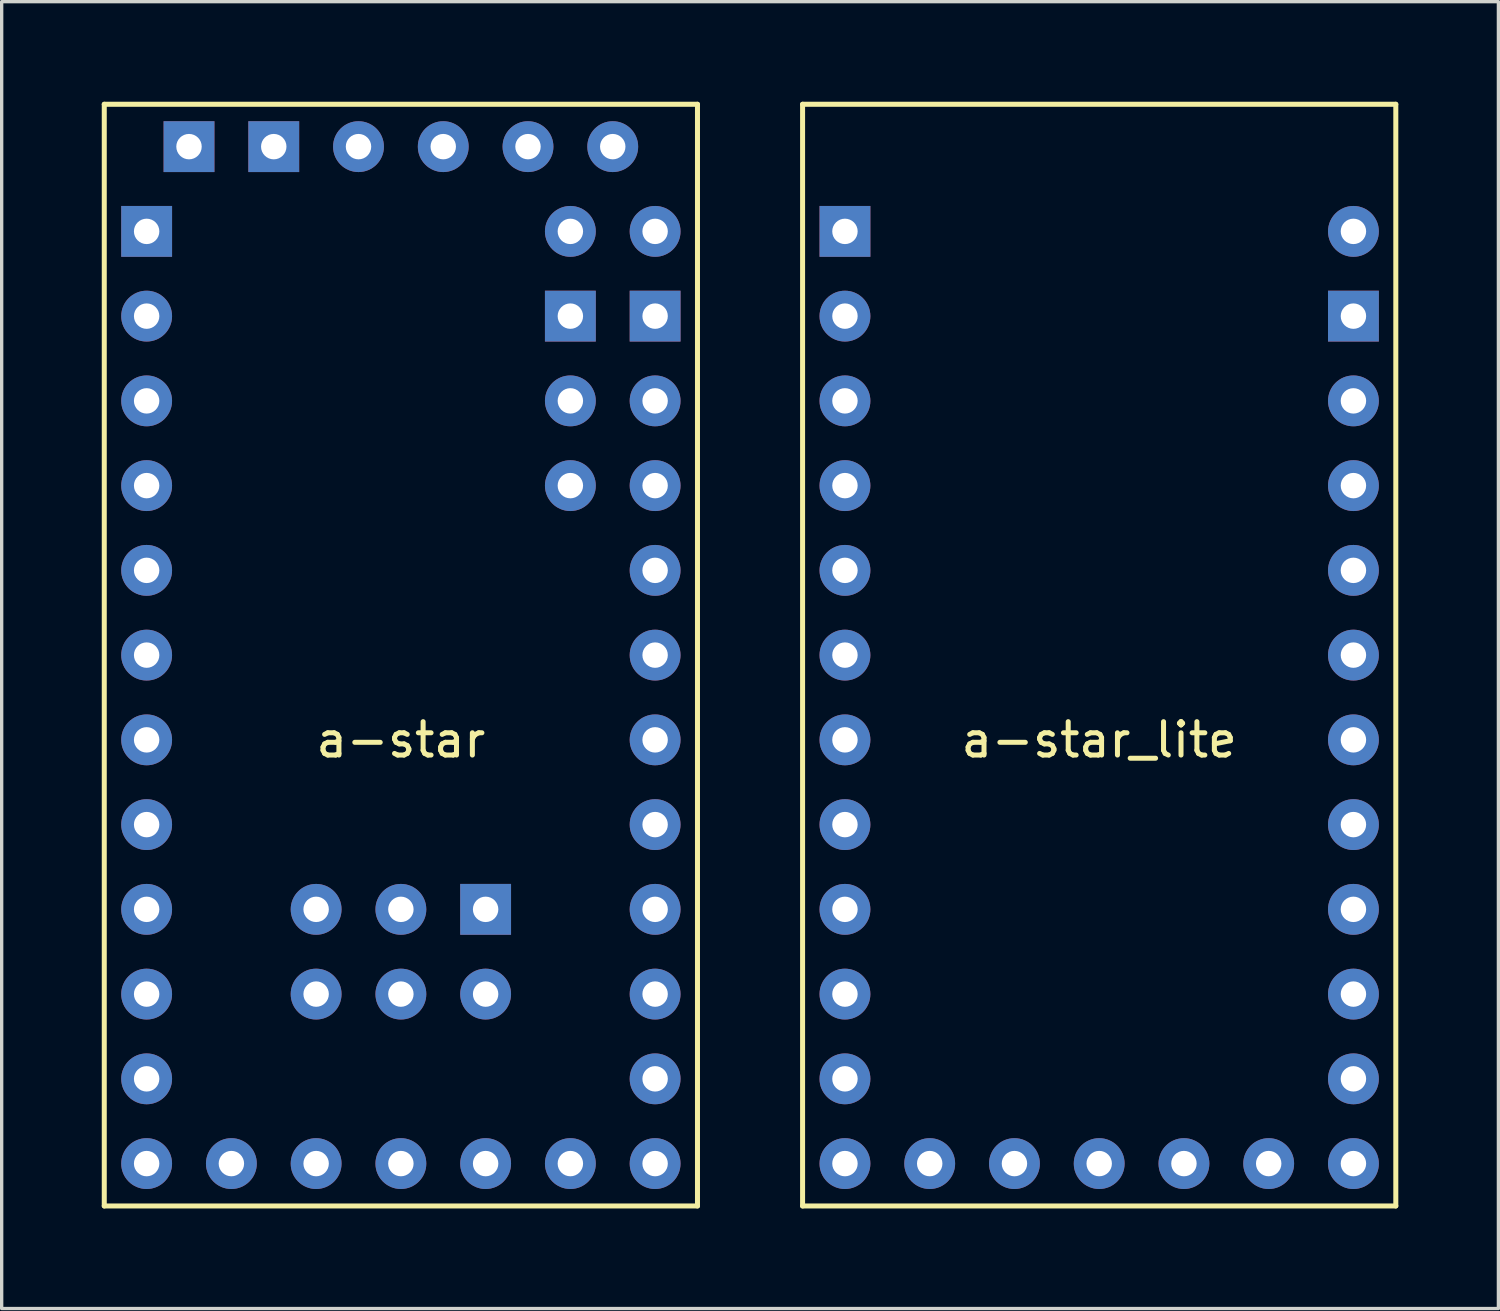
<source format=kicad_pcb>
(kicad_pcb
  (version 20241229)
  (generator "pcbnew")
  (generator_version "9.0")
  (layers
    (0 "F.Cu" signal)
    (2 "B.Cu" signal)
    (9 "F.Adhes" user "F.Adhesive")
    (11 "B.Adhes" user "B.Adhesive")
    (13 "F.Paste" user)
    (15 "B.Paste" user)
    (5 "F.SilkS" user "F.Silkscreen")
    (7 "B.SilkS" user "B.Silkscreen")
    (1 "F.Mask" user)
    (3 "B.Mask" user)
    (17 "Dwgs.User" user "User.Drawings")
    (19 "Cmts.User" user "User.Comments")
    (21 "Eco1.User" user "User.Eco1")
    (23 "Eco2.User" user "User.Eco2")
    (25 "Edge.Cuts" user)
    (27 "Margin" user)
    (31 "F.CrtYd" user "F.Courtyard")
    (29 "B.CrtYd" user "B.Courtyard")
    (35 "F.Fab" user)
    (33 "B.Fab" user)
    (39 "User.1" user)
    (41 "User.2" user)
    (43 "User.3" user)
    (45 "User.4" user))
  (footprint "a-star_lite"
    (layer "F.Cu")
    (at 22.275 31.825)
    (property "Reference" "a-star_lite" (at 7.62 -12.7 0) (layer "F.SilkS") (effects (font (size 1 1) (thickness 0.15))))
    (attr through_hole)
    (fp_line (start -1.27 -31.75) (end -1.27 1.27) (stroke (width 0.15) (type solid)) (layer "F.SilkS"))
    (fp_line (start -1.27 1.27) (end 16.51 1.27) (stroke (width 0.15) (type solid)) (layer "F.SilkS"))
    (fp_line (start 16.51 -31.75) (end -1.27 -31.75) (stroke (width 0.15) (type solid)) (layer "F.SilkS"))
    (fp_line (start 16.51 1.27) (end 16.51 -31.75) (stroke (width 0.15) (type solid)) (layer "F.SilkS"))
    (pad "0" thru_hole circle (at 0 -22.86) (size 1.524 1.524) (drill 0.762) (layers "*.Cu" "*.Mask"))
    (pad "1" thru_hole circle (at 0 -20.32) (size 1.524 1.524) (drill 0.762) (layers "*.Cu" "*.Mask"))
    (pad "2" thru_hole circle (at 0 -17.78) (size 1.524 1.524) (drill 0.762) (layers "*.Cu" "*.Mask"))
    (pad "3" thru_hole circle (at 0 -15.24) (size 1.524 1.524) (drill 0.762) (layers "*.Cu" "*.Mask"))
    (pad "4" thru_hole circle (at 0 -12.7) (size 1.524 1.524) (drill 0.762) (layers "*.Cu" "*.Mask"))
    (pad "5" thru_hole circle (at 0 -10.16) (size 1.524 1.524) (drill 0.762) (layers "*.Cu" "*.Mask"))
    (pad "6" thru_hole circle (at 0 -7.62) (size 1.524 1.524) (drill 0.762) (layers "*.Cu" "*.Mask"))
    (pad "7" thru_hole circle (at 0 -5.08) (size 1.524 1.524) (drill 0.762) (layers "*.Cu" "*.Mask"))
    (pad "8" thru_hole circle (at 0 -2.54 90) (size 1.524 1.524) (drill 0.762) (layers "*.Cu" "*.Mask"))
    (pad "9" thru_hole circle (at 0 0) (size 1.524 1.524) (drill 0.762) (layers "*.Cu" "*.Mask"))
    (pad "10" thru_hole circle (at 2.54 0) (size 1.524 1.524) (drill 0.762) (layers "*.Cu" "*.Mask"))
    (pad "11" thru_hole circle (at 5.08 0) (size 1.524 1.524) (drill 0.762) (layers "*.Cu" "*.Mask"))
    (pad "12" thru_hole circle (at 7.62 0) (size 1.524 1.524) (drill 0.762) (layers "*.Cu" "*.Mask"))
    (pad "13" thru_hole circle (at 15.24 0) (size 1.524 1.524) (drill 0.762) (layers "*.Cu" "*.Mask"))
    (pad "14" thru_hole circle (at 15.24 -2.54) (size 1.524 1.524) (drill 0.762) (layers "*.Cu" "*.Mask"))
    (pad "15" thru_hole circle (at 15.24 -5.08) (size 1.524 1.524) (drill 0.762) (layers "*.Cu" "*.Mask"))
    (pad "16" thru_hole circle (at 15.24 -7.62) (size 1.524 1.524) (drill 0.762) (layers "*.Cu" "*.Mask"))
    (pad "17" thru_hole circle (at 15.24 -10.16) (size 1.524 1.524) (drill 0.762) (layers "*.Cu" "*.Mask"))
    (pad "18" thru_hole circle (at 15.24 -12.7) (size 1.524 1.524) (drill 0.762) (layers "*.Cu" "*.Mask"))
    (pad "19" thru_hole circle (at 15.24 -15.24) (size 1.524 1.524) (drill 0.762) (layers "*.Cu" "*.Mask"))
    (pad "20" thru_hole circle (at 15.24 -17.78) (size 1.524 1.524) (drill 0.762) (layers "*.Cu" "*.Mask"))
    (pad "21" thru_hole circle (at 15.24 -20.32) (size 1.524 1.524) (drill 0.762) (layers "*.Cu" "*.Mask"))
    (pad "22" thru_hole circle (at 10.16 0) (size 1.524 1.524) (drill 0.762) (layers "*.Cu" "*.Mask"))
    (pad "23" thru_hole circle (at 12.7 0) (size 1.524 1.524) (drill 0.762) (layers "*.Cu" "*.Mask"))
    (pad "24" thru_hole rect (at 0 -27.94) (size 1.524 1.524) (drill 0.762) (layers "*.Cu" "*.Mask"))
    (pad "24" thru_hole rect (at 15.24 -25.4) (size 1.524 1.524) (drill 0.762) (layers "*.Cu" "*.Mask"))
    (pad "25" thru_hole circle (at 0 -25.4) (size 1.524 1.524) (drill 0.762) (layers "*.Cu" "*.Mask"))
    (pad "26" thru_hole circle (at 15.24 -22.86) (size 1.524 1.524) (drill 0.762) (layers "*.Cu" "*.Mask"))
    (pad "27" thru_hole circle (at 15.24 -27.94) (size 1.524 1.524) (drill 0.762) (layers "*.Cu" "*.Mask")))
  (footprint "a-star"
    (layer "F.Cu")
    (at 1.345 31.825)
    (property "Reference" "a-star" (at 7.62 -12.7 0) (layer "F.SilkS") (effects (font (size 1 1) (thickness 0.15))))
    (attr through_hole)
    (fp_line (start -1.27 -31.75) (end -1.27 1.27) (stroke (width 0.15) (type solid)) (layer "F.SilkS"))
    (fp_line (start -1.27 1.27) (end 16.51 1.27) (stroke (width 0.15) (type solid)) (layer "F.SilkS"))
    (fp_line (start 16.51 -31.75) (end -1.27 -31.75) (stroke (width 0.15) (type solid)) (layer "F.SilkS"))
    (fp_line (start 16.51 1.27) (end 16.51 -31.75) (stroke (width 0.15) (type solid)) (layer "F.SilkS"))
    (pad "0" thru_hole circle (at 0 -22.86) (size 1.524 1.524) (drill 0.762) (layers "*.Cu" "*.Mask"))
    (pad "0" thru_hole circle (at 8.89 -30.48) (size 1.524 1.524) (drill 0.762) (layers "*.Cu" "*.Mask"))
    (pad "1" thru_hole circle (at 0 -20.32) (size 1.524 1.524) (drill 0.762) (layers "*.Cu" "*.Mask"))
    (pad "1" thru_hole circle (at 11.43 -30.48) (size 1.524 1.524) (drill 0.762) (layers "*.Cu" "*.Mask"))
    (pad "2" thru_hole circle (at 0 -17.78) (size 1.524 1.524) (drill 0.762) (layers "*.Cu" "*.Mask"))
    (pad "3" thru_hole circle (at 0 -15.24) (size 1.524 1.524) (drill 0.762) (layers "*.Cu" "*.Mask"))
    (pad "4" thru_hole circle (at 0 -12.7) (size 1.524 1.524) (drill 0.762) (layers "*.Cu" "*.Mask"))
    (pad "5" thru_hole circle (at 0 -10.16) (size 1.524 1.524) (drill 0.762) (layers "*.Cu" "*.Mask"))
    (pad "6" thru_hole circle (at 0 -7.62) (size 1.524 1.524) (drill 0.762) (layers "*.Cu" "*.Mask"))
    (pad "7" thru_hole circle (at 0 -5.08) (size 1.524 1.524) (drill 0.762) (layers "*.Cu" "*.Mask"))
    (pad "8" thru_hole circle (at 0 -2.54 90) (size 1.524 1.524) (drill 0.762) (layers "*.Cu" "*.Mask"))
    (pad "9" thru_hole circle (at 0 0) (size 1.524 1.524) (drill 0.762) (layers "*.Cu" "*.Mask"))
    (pad "10" thru_hole circle (at 2.54 0) (size 1.524 1.524) (drill 0.762) (layers "*.Cu" "*.Mask"))
    (pad "11" thru_hole circle (at 5.08 0) (size 1.524 1.524) (drill 0.762) (layers "*.Cu" "*.Mask"))
    (pad "11" thru_hole circle (at 7.62 -7.62) (size 1.524 1.524) (drill 0.762) (layers "*.Cu" "*.Mask"))
    (pad "12" thru_hole circle (at 5.08 -5.08) (size 1.524 1.524) (drill 0.762) (layers "*.Cu" "*.Mask"))
    (pad "12" thru_hole circle (at 7.62 0) (size 1.524 1.524) (drill 0.762) (layers "*.Cu" "*.Mask"))
    (pad "13" thru_hole circle (at 7.62 -5.08) (size 1.524 1.524) (drill 0.762) (layers "*.Cu" "*.Mask"))
    (pad "13" thru_hole circle (at 15.24 0) (size 1.524 1.524) (drill 0.762) (layers "*.Cu" "*.Mask"))
    (pad "14" thru_hole circle (at 15.24 -2.54) (size 1.524 1.524) (drill 0.762) (layers "*.Cu" "*.Mask"))
    (pad "15" thru_hole circle (at 15.24 -5.08) (size 1.524 1.524) (drill 0.762) (layers "*.Cu" "*.Mask"))
    (pad "16" thru_hole circle (at 15.24 -7.62) (size 1.524 1.524) (drill 0.762) (layers "*.Cu" "*.Mask"))
    (pad "17" thru_hole circle (at 15.24 -10.16) (size 1.524 1.524) (drill 0.762) (layers "*.Cu" "*.Mask"))
    (pad "18" thru_hole circle (at 15.24 -12.7) (size 1.524 1.524) (drill 0.762) (layers "*.Cu" "*.Mask"))
    (pad "19" thru_hole circle (at 15.24 -15.24) (size 1.524 1.524) (drill 0.762) (layers "*.Cu" "*.Mask"))
    (pad "20" thru_hole circle (at 15.24 -17.78) (size 1.524 1.524) (drill 0.762) (layers "*.Cu" "*.Mask"))
    (pad "21" thru_hole circle (at 15.24 -20.32) (size 1.524 1.524) (drill 0.762) (layers "*.Cu" "*.Mask"))
    (pad "22" thru_hole circle (at 10.16 0) (size 1.524 1.524) (drill 0.762) (layers "*.Cu" "*.Mask"))
    (pad "23" thru_hole circle (at 12.7 0) (size 1.524 1.524) (drill 0.762) (layers "*.Cu" "*.Mask"))
    (pad "24" thru_hole rect (at 0 -27.94) (size 1.524 1.524) (drill 0.762) (layers "*.Cu" "*.Mask"))
    (pad "24" thru_hole rect (at 1.27 -30.48) (size 1.524 1.524) (drill 0.762) (layers "*.Cu" "*.Mask"))
    (pad "24" thru_hole rect (at 3.81 -30.48) (size 1.524 1.524) (drill 0.762) (layers "*.Cu" "*.Mask"))
    (pad "24" thru_hole rect (at 10.16 -7.62) (size 1.524 1.524) (drill 0.762) (layers "*.Cu" "*.Mask"))
    (pad "24" thru_hole rect (at 12.7 -25.4) (size 1.524 1.524) (drill 0.762) (layers "*.Cu" "*.Mask"))
    (pad "24" thru_hole rect (at 15.24 -25.4) (size 1.524 1.524) (drill 0.762) (layers "*.Cu" "*.Mask"))
    (pad "25" thru_hole circle (at 0 -25.4) (size 1.524 1.524) (drill 0.762) (layers "*.Cu" "*.Mask"))
    (pad "25" thru_hole circle (at 10.16 -5.08) (size 1.524 1.524) (drill 0.762) (layers "*.Cu" "*.Mask"))
    (pad "26" thru_hole circle (at 5.08 -7.62) (size 1.524 1.524) (drill 0.762) (layers "*.Cu" "*.Mask"))
    (pad "26" thru_hole circle (at 12.7 -22.86) (size 1.524 1.524) (drill 0.762) (layers "*.Cu" "*.Mask"))
    (pad "26" thru_hole circle (at 15.24 -22.86) (size 1.524 1.524) (drill 0.762) (layers "*.Cu" "*.Mask"))
    (pad "27" thru_hole circle (at 15.24 -27.94) (size 1.524 1.524) (drill 0.762) (layers "*.Cu" "*.Mask"))
    (pad "28" thru_hole circle (at 12.7 -20.32) (size 1.524 1.524) (drill 0.762) (layers "*.Cu" "*.Mask"))
    (pad "29" thru_hole circle (at 12.7 -27.94) (size 1.524 1.524) (drill 0.762) (layers "*.Cu" "*.Mask"))
    (pad "30" thru_hole circle (at 13.97 -30.48) (size 1.524 1.524) (drill 0.762) (layers "*.Cu" "*.Mask"))
    (pad "31" thru_hole circle (at 6.35 -30.48) (size 1.524 1.524) (drill 0.762) (layers "*.Cu" "*.Mask")))
  (gr_rect
    (start -3 -3)
    (end 41.86 36.17)
    (stroke (width 0.1) (type default))
    (fill no)
    (layer "Edge.Cuts")))
</source>
